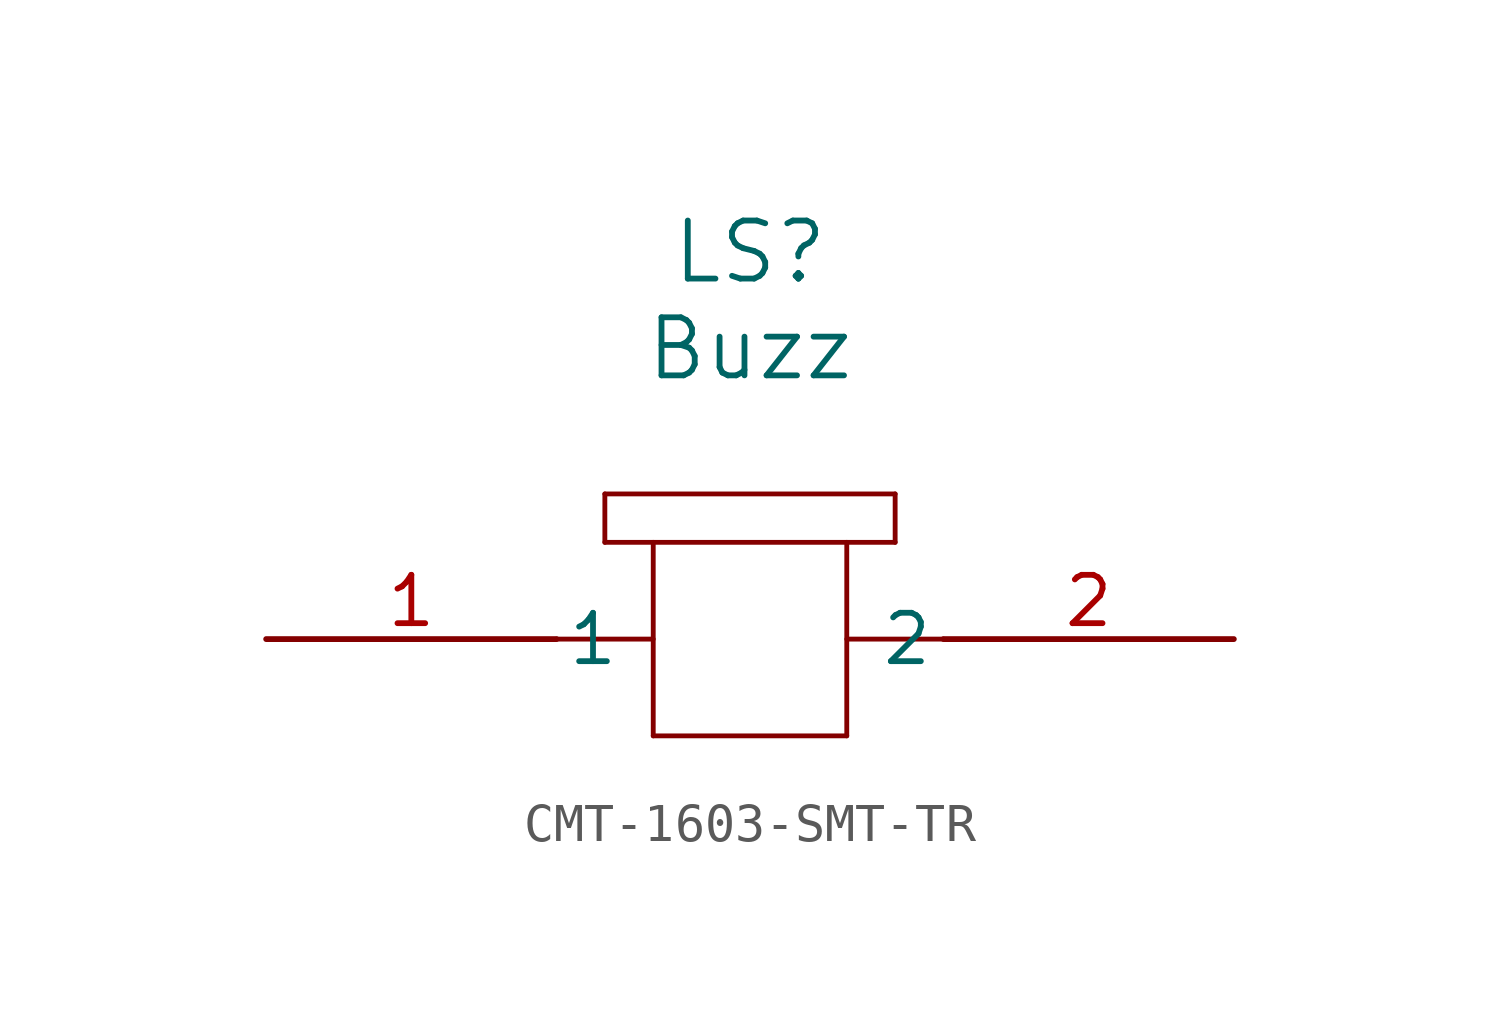
<source format=kicad_sym>
(kicad_symbol_lib
  (version 20220914)
  (generator kicad_symbol_editor)
  (symbol "CMT-1603-SMT-TR"
    (pin_names
      (offset 0.254))
    (property "Reference" "LS"
      (at 12.7 10.16 0)
      (effects (font (size 1.524 1.524))))
    (property "Value" "Buzz"
      (at 12.7 7.62 0)
      (effects (font (size 1.524 1.524))))
    (symbol "CMT-1603-SMT-TR_0_1"
      (polyline (pts (xy 7.62 0) (xy 10.16 0)) (stroke (width 0.127) (type default)) (fill (type none)))
      (polyline (pts (xy 8.89 3.81) (xy 8.89 2.54)) (stroke (width 0.127) (type default)) (fill (type none)))
      (polyline (pts (xy 8.89 3.81) (xy 16.51 3.81)) (stroke (width 0.127) (type default)) (fill (type none)))
      (polyline (pts (xy 10.16 -2.54) (xy 15.24 -2.54)) (stroke (width 0.127) (type default)) (fill (type none)))
      (polyline (pts (xy 10.16 2.54) (xy 10.16 -2.54)) (stroke (width 0.127) (type default)) (fill (type none)))
      (polyline (pts (xy 15.24 -2.54) (xy 15.24 2.54)) (stroke (width 0.127) (type default)) (fill (type none)))
      (polyline (pts (xy 16.51 2.54) (xy 8.89 2.54)) (stroke (width 0.127) (type default)) (fill (type none)))
      (polyline (pts (xy 16.51 3.81) (xy 16.51 2.54)) (stroke (width 0.127) (type default)) (fill (type none)))
      (polyline (pts (xy 17.78 0) (xy 15.24 0)) (stroke (width 0.127) (type default)) (fill (type none)))
      (pin unspecified line (at 0 0 0) (length 7.62) (name "1" (effects (font (size 1.27 1.27)))) (number "1" (effects (font (size 1.27 1.27)))))
      (pin unspecified line (at 25.4 0 180) (length 7.62) (name "2" (effects (font (size 1.27 1.27)))) (number "2" (effects (font (size 1.27 1.27))))))))
</source>
